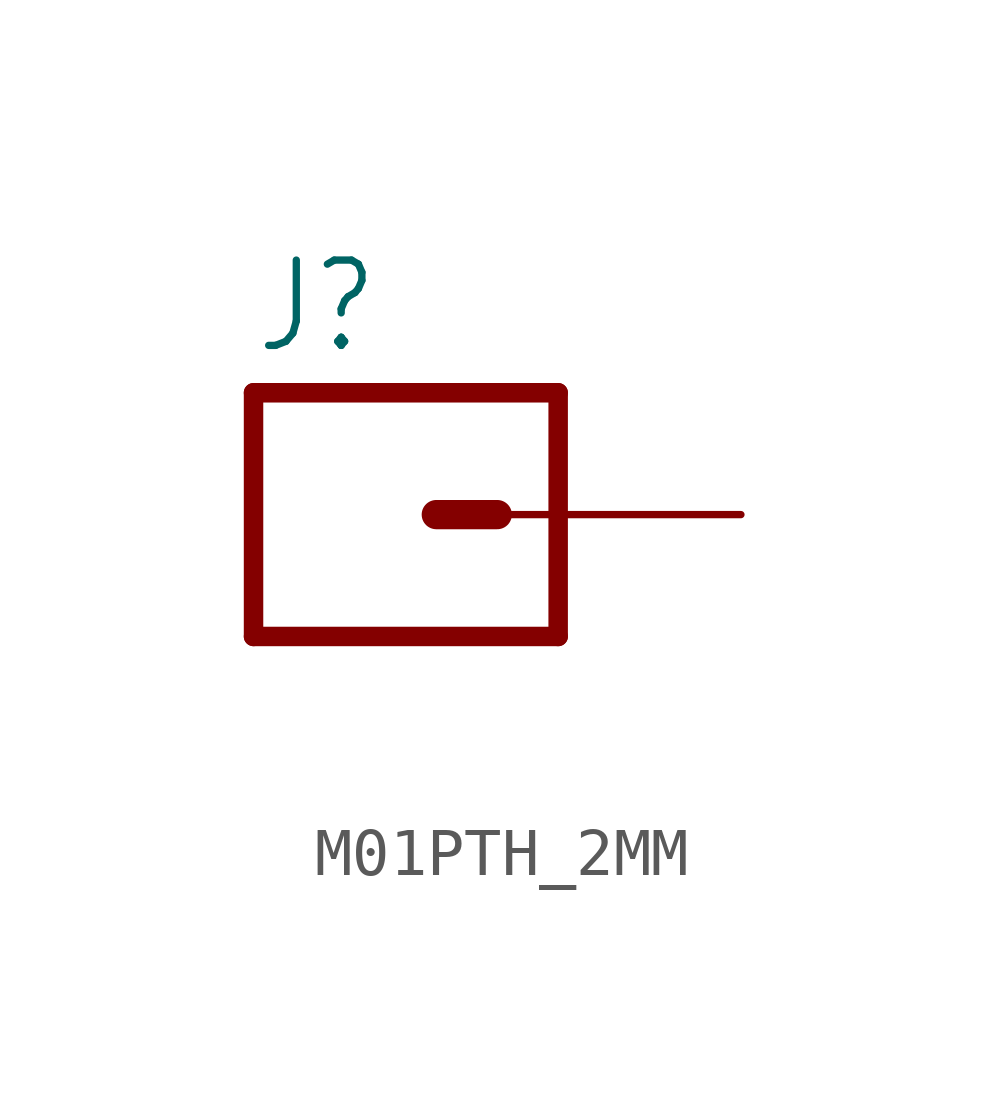
<source format=kicad_sym>
(kicad_symbol_lib
  (version 20231120)
  (generator "kicad_symbol_editor")
  (generator_version "8.0")
  (symbol "M01PTH_2MM"
    (property "Reference" "J"
      (at -2.54 3.302 0)
      (effects (font (size 1.778 1.511)) (justify left bottom)))
    (property "Value" ""
      (at -2.54 -5.08 0)
      (effects (font (size 1.778 1.511)) (justify left bottom)))
    (property "ki_locked" ""
      (at 0 0 0)
      (effects (font (size 1.27 1.27))))
    (symbol "M01PTH_2MM_1_0"
      (polyline (pts (xy -2.54 2.54) (xy -2.54 -2.54)) (stroke (width 0.406) (type solid)) (fill (type none)))
      (polyline (pts (xy -2.54 2.54) (xy 3.81 2.54)) (stroke (width 0.406) (type solid)) (fill (type none)))
      (polyline (pts (xy 1.27 0) (xy 2.54 0)) (stroke (width 0.61) (type solid)) (fill (type none)))
      (polyline (pts (xy 3.81 -2.54) (xy -2.54 -2.54)) (stroke (width 0.406) (type solid)) (fill (type none)))
      (polyline (pts (xy 3.81 -2.54) (xy 3.81 2.54)) (stroke (width 0.406) (type solid)) (fill (type none)))
      (pin passive line (at 7.62 0 180) (length 5.08) (name "1" (effects (font (size 0 0)))) (number "1" (effects (font (size 0 0))))))))
</source>
